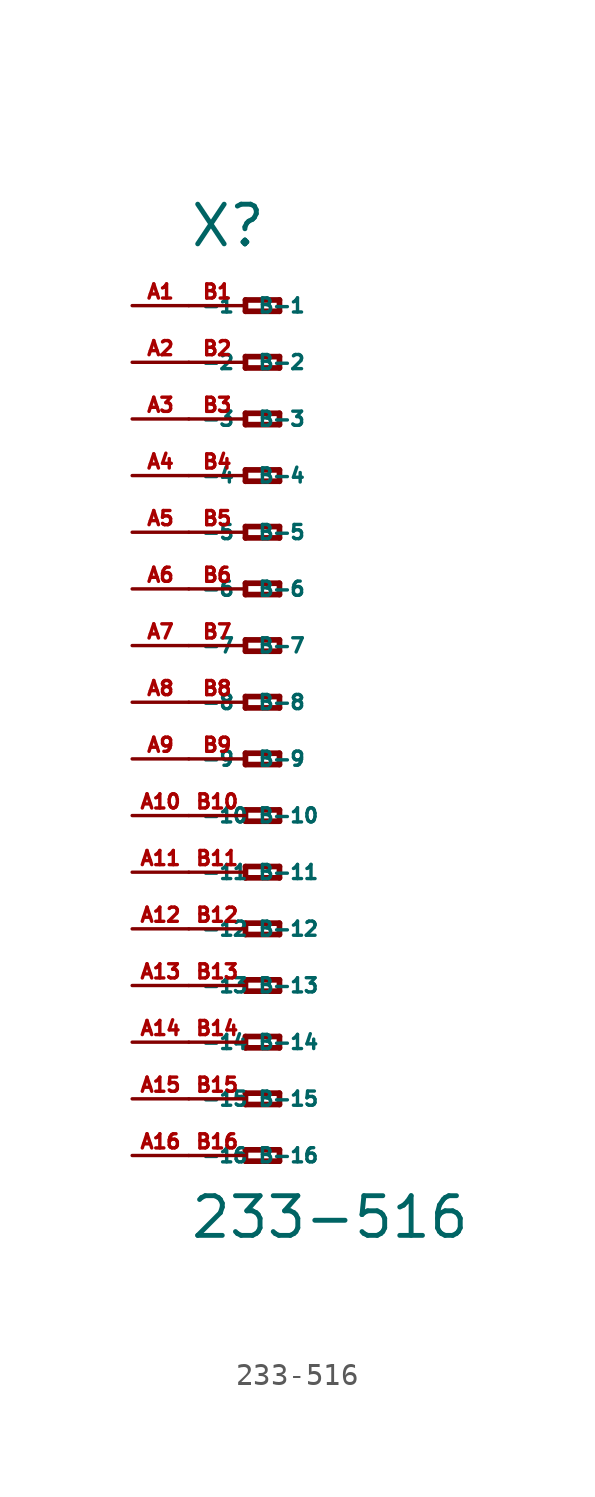
<source format=kicad_sym>
(kicad_symbol_lib
  (version 20220914)
  (generator Eagle2Kicad)
  (symbol "233-516"
    (property "Reference" "X"
      (at -5.08 20.32 0)
      (effects (font (size 1.778 1.778) (thickness 0.22)) (justify left bottom)))
    (property "Value" "233-516"
      (at -5.08 -24.13 0)
      (effects (font (size 1.778 1.778) (thickness 0.22)) (justify left bottom)))
    (polyline
      (pts (xy -2.54 18.034) (xy -2.54 17.526))
      (stroke (width 0.254) (type default))
      (fill (type none)))
    (polyline
      (pts (xy -2.54 17.526) (xy -1.016 17.526))
      (stroke (width 0.254) (type default))
      (fill (type none)))
    (polyline
      (pts (xy -1.016 17.526) (xy -1.016 18.034))
      (stroke (width 0.254) (type default))
      (fill (type none)))
    (polyline
      (pts (xy -1.016 18.034) (xy -2.54 18.034))
      (stroke (width 0.254) (type default))
      (fill (type none)))
    (polyline
      (pts (xy -2.54 15.494) (xy -2.54 14.986))
      (stroke (width 0.254) (type default))
      (fill (type none)))
    (polyline
      (pts (xy -2.54 14.986) (xy -1.016 14.986))
      (stroke (width 0.254) (type default))
      (fill (type none)))
    (polyline
      (pts (xy -1.016 14.986) (xy -1.016 15.494))
      (stroke (width 0.254) (type default))
      (fill (type none)))
    (polyline
      (pts (xy -1.016 15.494) (xy -2.54 15.494))
      (stroke (width 0.254) (type default))
      (fill (type none)))
    (polyline
      (pts (xy -2.54 12.954) (xy -2.54 12.446))
      (stroke (width 0.254) (type default))
      (fill (type none)))
    (polyline
      (pts (xy -2.54 12.446) (xy -1.016 12.446))
      (stroke (width 0.254) (type default))
      (fill (type none)))
    (polyline
      (pts (xy -1.016 12.446) (xy -1.016 12.954))
      (stroke (width 0.254) (type default))
      (fill (type none)))
    (polyline
      (pts (xy -1.016 12.954) (xy -2.54 12.954))
      (stroke (width 0.254) (type default))
      (fill (type none)))
    (polyline
      (pts (xy -2.54 10.414) (xy -2.54 9.906))
      (stroke (width 0.254) (type default))
      (fill (type none)))
    (polyline
      (pts (xy -2.54 9.906) (xy -1.016 9.906))
      (stroke (width 0.254) (type default))
      (fill (type none)))
    (polyline
      (pts (xy -1.016 9.906) (xy -1.016 10.414))
      (stroke (width 0.254) (type default))
      (fill (type none)))
    (polyline
      (pts (xy -1.016 10.414) (xy -2.54 10.414))
      (stroke (width 0.254) (type default))
      (fill (type none)))
    (polyline
      (pts (xy -2.54 7.874) (xy -2.54 7.366))
      (stroke (width 0.254) (type default))
      (fill (type none)))
    (polyline
      (pts (xy -2.54 7.366) (xy -1.016 7.366))
      (stroke (width 0.254) (type default))
      (fill (type none)))
    (polyline
      (pts (xy -1.016 7.366) (xy -1.016 7.874))
      (stroke (width 0.254) (type default))
      (fill (type none)))
    (polyline
      (pts (xy -1.016 7.874) (xy -2.54 7.874))
      (stroke (width 0.254) (type default))
      (fill (type none)))
    (polyline
      (pts (xy -2.54 5.334) (xy -2.54 4.826))
      (stroke (width 0.254) (type default))
      (fill (type none)))
    (polyline
      (pts (xy -2.54 4.826) (xy -1.016 4.826))
      (stroke (width 0.254) (type default))
      (fill (type none)))
    (polyline
      (pts (xy -1.016 4.826) (xy -1.016 5.334))
      (stroke (width 0.254) (type default))
      (fill (type none)))
    (polyline
      (pts (xy -1.016 5.334) (xy -2.54 5.334))
      (stroke (width 0.254) (type default))
      (fill (type none)))
    (polyline
      (pts (xy -2.54 2.794) (xy -2.54 2.286))
      (stroke (width 0.254) (type default))
      (fill (type none)))
    (polyline
      (pts (xy -2.54 2.286) (xy -1.016 2.286))
      (stroke (width 0.254) (type default))
      (fill (type none)))
    (polyline
      (pts (xy -1.016 2.286) (xy -1.016 2.794))
      (stroke (width 0.254) (type default))
      (fill (type none)))
    (polyline
      (pts (xy -1.016 2.794) (xy -2.54 2.794))
      (stroke (width 0.254) (type default))
      (fill (type none)))
    (polyline
      (pts (xy -2.54 0.254) (xy -2.54 -0.254))
      (stroke (width 0.254) (type default))
      (fill (type none)))
    (polyline
      (pts (xy -2.54 -0.254) (xy -1.016 -0.254))
      (stroke (width 0.254) (type default))
      (fill (type none)))
    (polyline
      (pts (xy -1.016 -0.254) (xy -1.016 0.254))
      (stroke (width 0.254) (type default))
      (fill (type none)))
    (polyline
      (pts (xy -1.016 0.254) (xy -2.54 0.254))
      (stroke (width 0.254) (type default))
      (fill (type none)))
    (polyline
      (pts (xy -2.54 -2.286) (xy -2.54 -2.794))
      (stroke (width 0.254) (type default))
      (fill (type none)))
    (polyline
      (pts (xy -2.54 -2.794) (xy -1.016 -2.794))
      (stroke (width 0.254) (type default))
      (fill (type none)))
    (polyline
      (pts (xy -1.016 -2.794) (xy -1.016 -2.286))
      (stroke (width 0.254) (type default))
      (fill (type none)))
    (polyline
      (pts (xy -1.016 -2.286) (xy -2.54 -2.286))
      (stroke (width 0.254) (type default))
      (fill (type none)))
    (polyline
      (pts (xy -2.54 -4.826) (xy -2.54 -5.334))
      (stroke (width 0.254) (type default))
      (fill (type none)))
    (polyline
      (pts (xy -2.54 -5.334) (xy -1.016 -5.334))
      (stroke (width 0.254) (type default))
      (fill (type none)))
    (polyline
      (pts (xy -1.016 -5.334) (xy -1.016 -4.826))
      (stroke (width 0.254) (type default))
      (fill (type none)))
    (polyline
      (pts (xy -1.016 -4.826) (xy -2.54 -4.826))
      (stroke (width 0.254) (type default))
      (fill (type none)))
    (polyline
      (pts (xy -2.54 -7.366) (xy -2.54 -7.874))
      (stroke (width 0.254) (type default))
      (fill (type none)))
    (polyline
      (pts (xy -2.54 -7.874) (xy -1.016 -7.874))
      (stroke (width 0.254) (type default))
      (fill (type none)))
    (polyline
      (pts (xy -1.016 -7.874) (xy -1.016 -7.366))
      (stroke (width 0.254) (type default))
      (fill (type none)))
    (polyline
      (pts (xy -1.016 -7.366) (xy -2.54 -7.366))
      (stroke (width 0.254) (type default))
      (fill (type none)))
    (polyline
      (pts (xy -2.54 -9.906) (xy -2.54 -10.414))
      (stroke (width 0.254) (type default))
      (fill (type none)))
    (polyline
      (pts (xy -2.54 -10.414) (xy -1.016 -10.414))
      (stroke (width 0.254) (type default))
      (fill (type none)))
    (polyline
      (pts (xy -1.016 -10.414) (xy -1.016 -9.906))
      (stroke (width 0.254) (type default))
      (fill (type none)))
    (polyline
      (pts (xy -1.016 -9.906) (xy -2.54 -9.906))
      (stroke (width 0.254) (type default))
      (fill (type none)))
    (polyline
      (pts (xy -2.54 -12.446) (xy -2.54 -12.954))
      (stroke (width 0.254) (type default))
      (fill (type none)))
    (polyline
      (pts (xy -2.54 -12.954) (xy -1.016 -12.954))
      (stroke (width 0.254) (type default))
      (fill (type none)))
    (polyline
      (pts (xy -1.016 -12.954) (xy -1.016 -12.446))
      (stroke (width 0.254) (type default))
      (fill (type none)))
    (polyline
      (pts (xy -1.016 -12.446) (xy -2.54 -12.446))
      (stroke (width 0.254) (type default))
      (fill (type none)))
    (polyline
      (pts (xy -2.54 -14.986) (xy -2.54 -15.494))
      (stroke (width 0.254) (type default))
      (fill (type none)))
    (polyline
      (pts (xy -2.54 -15.494) (xy -1.016 -15.494))
      (stroke (width 0.254) (type default))
      (fill (type none)))
    (polyline
      (pts (xy -1.016 -15.494) (xy -1.016 -14.986))
      (stroke (width 0.254) (type default))
      (fill (type none)))
    (polyline
      (pts (xy -1.016 -14.986) (xy -2.54 -14.986))
      (stroke (width 0.254) (type default))
      (fill (type none)))
    (polyline
      (pts (xy -2.54 -17.526) (xy -2.54 -18.034))
      (stroke (width 0.254) (type default))
      (fill (type none)))
    (polyline
      (pts (xy -2.54 -18.034) (xy -1.016 -18.034))
      (stroke (width 0.254) (type default))
      (fill (type none)))
    (polyline
      (pts (xy -1.016 -18.034) (xy -1.016 -17.526))
      (stroke (width 0.254) (type default))
      (fill (type none)))
    (polyline
      (pts (xy -1.016 -17.526) (xy -2.54 -17.526))
      (stroke (width 0.254) (type default))
      (fill (type none)))
    (polyline
      (pts (xy -2.54 -20.066) (xy -2.54 -20.574))
      (stroke (width 0.254) (type default))
      (fill (type none)))
    (polyline
      (pts (xy -2.54 -20.574) (xy -1.016 -20.574))
      (stroke (width 0.254) (type default))
      (fill (type none)))
    (polyline
      (pts (xy -1.016 -20.574) (xy -1.016 -20.066))
      (stroke (width 0.254) (type default))
      (fill (type none)))
    (polyline
      (pts (xy -1.016 -20.066) (xy -2.54 -20.066))
      (stroke (width 0.254) (type default))
      (fill (type none)))
    (pin passive line
      (at -7.62 17.78 0)
      (length 2.54)
      (name "-1" (effects (font (size 0.635 0.635) (thickness 0.08)) (justify left bottom)))
      (number "A1" (effects (font (size 0.635 0.635) (thickness 0.08)) (justify left bottom))))
    (pin passive line
      (at -7.62 15.24 0)
      (length 2.54)
      (name "-2" (effects (font (size 0.635 0.635) (thickness 0.08)) (justify left bottom)))
      (number "A2" (effects (font (size 0.635 0.635) (thickness 0.08)) (justify left bottom))))
    (pin passive line
      (at -7.62 12.7 0)
      (length 2.54)
      (name "-3" (effects (font (size 0.635 0.635) (thickness 0.08)) (justify left bottom)))
      (number "A3" (effects (font (size 0.635 0.635) (thickness 0.08)) (justify left bottom))))
    (pin passive line
      (at -7.62 10.16 0)
      (length 2.54)
      (name "-4" (effects (font (size 0.635 0.635) (thickness 0.08)) (justify left bottom)))
      (number "A4" (effects (font (size 0.635 0.635) (thickness 0.08)) (justify left bottom))))
    (pin passive line
      (at -7.62 7.62 0)
      (length 2.54)
      (name "-5" (effects (font (size 0.635 0.635) (thickness 0.08)) (justify left bottom)))
      (number "A5" (effects (font (size 0.635 0.635) (thickness 0.08)) (justify left bottom))))
    (pin passive line
      (at -7.62 5.08 0)
      (length 2.54)
      (name "-6" (effects (font (size 0.635 0.635) (thickness 0.08)) (justify left bottom)))
      (number "A6" (effects (font (size 0.635 0.635) (thickness 0.08)) (justify left bottom))))
    (pin passive line
      (at -7.62 2.54 0)
      (length 2.54)
      (name "-7" (effects (font (size 0.635 0.635) (thickness 0.08)) (justify left bottom)))
      (number "A7" (effects (font (size 0.635 0.635) (thickness 0.08)) (justify left bottom))))
    (pin passive line
      (at -7.62 0 0)
      (length 2.54)
      (name "-8" (effects (font (size 0.635 0.635) (thickness 0.08)) (justify left bottom)))
      (number "A8" (effects (font (size 0.635 0.635) (thickness 0.08)) (justify left bottom))))
    (pin passive line
      (at -7.62 -2.54 0)
      (length 2.54)
      (name "-9" (effects (font (size 0.635 0.635) (thickness 0.08)) (justify left bottom)))
      (number "A9" (effects (font (size 0.635 0.635) (thickness 0.08)) (justify left bottom))))
    (pin passive line
      (at -7.62 -5.08 0)
      (length 2.54)
      (name "-10" (effects (font (size 0.635 0.635) (thickness 0.08)) (justify left bottom)))
      (number "A10" (effects (font (size 0.635 0.635) (thickness 0.08)) (justify left bottom))))
    (pin passive line
      (at -7.62 -7.62 0)
      (length 2.54)
      (name "-11" (effects (font (size 0.635 0.635) (thickness 0.08)) (justify left bottom)))
      (number "A11" (effects (font (size 0.635 0.635) (thickness 0.08)) (justify left bottom))))
    (pin passive line
      (at -7.62 -10.16 0)
      (length 2.54)
      (name "-12" (effects (font (size 0.635 0.635) (thickness 0.08)) (justify left bottom)))
      (number "A12" (effects (font (size 0.635 0.635) (thickness 0.08)) (justify left bottom))))
    (pin passive line
      (at -7.62 -12.7 0)
      (length 2.54)
      (name "-13" (effects (font (size 0.635 0.635) (thickness 0.08)) (justify left bottom)))
      (number "A13" (effects (font (size 0.635 0.635) (thickness 0.08)) (justify left bottom))))
    (pin passive line
      (at -7.62 -15.24 0)
      (length 2.54)
      (name "-14" (effects (font (size 0.635 0.635) (thickness 0.08)) (justify left bottom)))
      (number "A14" (effects (font (size 0.635 0.635) (thickness 0.08)) (justify left bottom))))
    (pin passive line
      (at -7.62 -17.78 0)
      (length 2.54)
      (name "-15" (effects (font (size 0.635 0.635) (thickness 0.08)) (justify left bottom)))
      (number "A15" (effects (font (size 0.635 0.635) (thickness 0.08)) (justify left bottom))))
    (pin passive line
      (at -7.62 -20.32 0)
      (length 2.54)
      (name "-16" (effects (font (size 0.635 0.635) (thickness 0.08)) (justify left bottom)))
      (number "A16" (effects (font (size 0.635 0.635) (thickness 0.08)) (justify left bottom))))
    (pin passive line
      (at -5.08 -20.32 0)
      (length 2.54)
      (name "B-16" (effects (font (size 0.635 0.635) (thickness 0.08)) (justify left bottom)))
      (number "B16" (effects (font (size 0.635 0.635) (thickness 0.08)) (justify left bottom))))
    (pin passive line
      (at -5.08 17.78 0)
      (length 2.54)
      (name "B-1" (effects (font (size 0.635 0.635) (thickness 0.08)) (justify left bottom)))
      (number "B1" (effects (font (size 0.635 0.635) (thickness 0.08)) (justify left bottom))))
    (pin passive line
      (at -5.08 15.24 0)
      (length 2.54)
      (name "B-2" (effects (font (size 0.635 0.635) (thickness 0.08)) (justify left bottom)))
      (number "B2" (effects (font (size 0.635 0.635) (thickness 0.08)) (justify left bottom))))
    (pin passive line
      (at -5.08 12.7 0)
      (length 2.54)
      (name "B-3" (effects (font (size 0.635 0.635) (thickness 0.08)) (justify left bottom)))
      (number "B3" (effects (font (size 0.635 0.635) (thickness 0.08)) (justify left bottom))))
    (pin passive line
      (at -5.08 10.16 0)
      (length 2.54)
      (name "B-4" (effects (font (size 0.635 0.635) (thickness 0.08)) (justify left bottom)))
      (number "B4" (effects (font (size 0.635 0.635) (thickness 0.08)) (justify left bottom))))
    (pin passive line
      (at -5.08 7.62 0)
      (length 2.54)
      (name "B-5" (effects (font (size 0.635 0.635) (thickness 0.08)) (justify left bottom)))
      (number "B5" (effects (font (size 0.635 0.635) (thickness 0.08)) (justify left bottom))))
    (pin passive line
      (at -5.08 5.08 0)
      (length 2.54)
      (name "B-6" (effects (font (size 0.635 0.635) (thickness 0.08)) (justify left bottom)))
      (number "B6" (effects (font (size 0.635 0.635) (thickness 0.08)) (justify left bottom))))
    (pin passive line
      (at -5.08 2.54 0)
      (length 2.54)
      (name "B-7" (effects (font (size 0.635 0.635) (thickness 0.08)) (justify left bottom)))
      (number "B7" (effects (font (size 0.635 0.635) (thickness 0.08)) (justify left bottom))))
    (pin passive line
      (at -5.08 0 0)
      (length 2.54)
      (name "B-8" (effects (font (size 0.635 0.635) (thickness 0.08)) (justify left bottom)))
      (number "B8" (effects (font (size 0.635 0.635) (thickness 0.08)) (justify left bottom))))
    (pin passive line
      (at -5.08 -2.54 0)
      (length 2.54)
      (name "B-9" (effects (font (size 0.635 0.635) (thickness 0.08)) (justify left bottom)))
      (number "B9" (effects (font (size 0.635 0.635) (thickness 0.08)) (justify left bottom))))
    (pin passive line
      (at -5.08 -5.08 0)
      (length 2.54)
      (name "B-10" (effects (font (size 0.635 0.635) (thickness 0.08)) (justify left bottom)))
      (number "B10" (effects (font (size 0.635 0.635) (thickness 0.08)) (justify left bottom))))
    (pin passive line
      (at -5.08 -7.62 0)
      (length 2.54)
      (name "B-11" (effects (font (size 0.635 0.635) (thickness 0.08)) (justify left bottom)))
      (number "B11" (effects (font (size 0.635 0.635) (thickness 0.08)) (justify left bottom))))
    (pin passive line
      (at -5.08 -10.16 0)
      (length 2.54)
      (name "B-12" (effects (font (size 0.635 0.635) (thickness 0.08)) (justify left bottom)))
      (number "B12" (effects (font (size 0.635 0.635) (thickness 0.08)) (justify left bottom))))
    (pin passive line
      (at -5.08 -12.7 0)
      (length 2.54)
      (name "B-13" (effects (font (size 0.635 0.635) (thickness 0.08)) (justify left bottom)))
      (number "B13" (effects (font (size 0.635 0.635) (thickness 0.08)) (justify left bottom))))
    (pin passive line
      (at -5.08 -15.24 0)
      (length 2.54)
      (name "B-14" (effects (font (size 0.635 0.635) (thickness 0.08)) (justify left bottom)))
      (number "B14" (effects (font (size 0.635 0.635) (thickness 0.08)) (justify left bottom))))
    (pin passive line
      (at -5.08 -17.78 0)
      (length 2.54)
      (name "B-15" (effects (font (size 0.635 0.635) (thickness 0.08)) (justify left bottom)))
      (number "B15" (effects (font (size 0.635 0.635) (thickness 0.08)) (justify left bottom))))))
</source>
